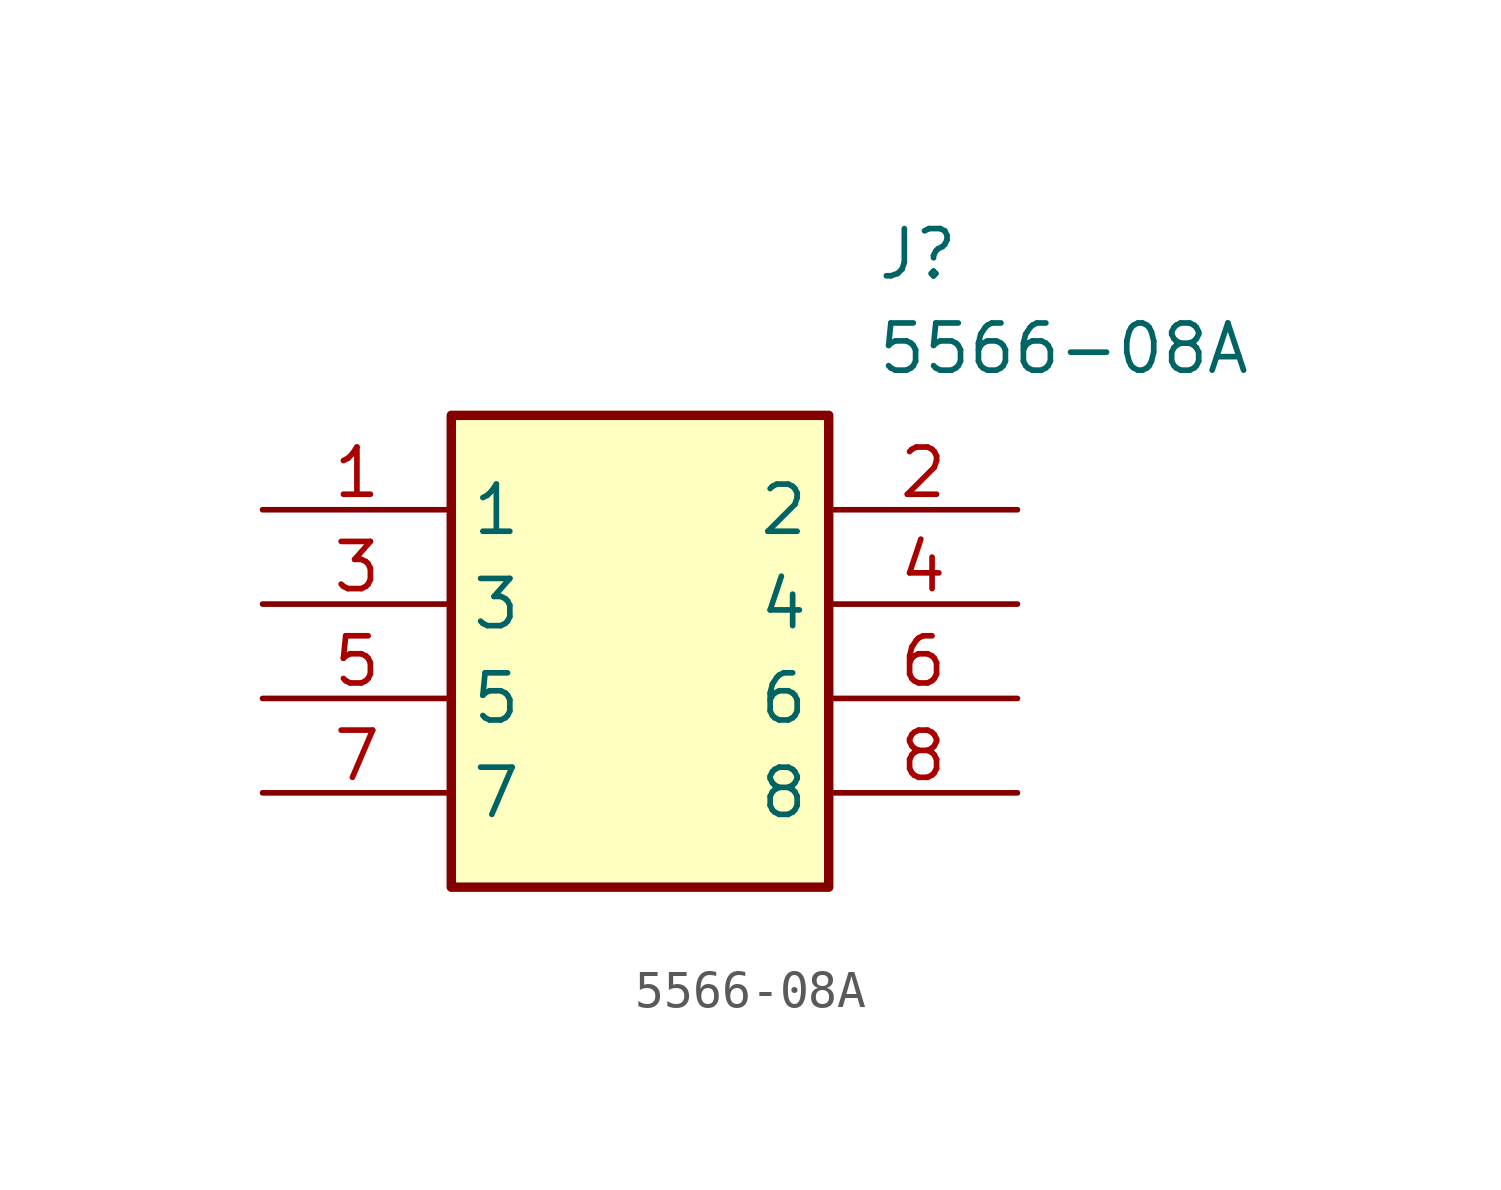
<source format=kicad_sym>
(kicad_symbol_lib
  (version 20211014)
  (generator SamacSys_ECAD_Model)
  (symbol "5566-08A"
    (property "Reference" "J"
      (at 16.51 7.62 0)
      (effects (font (size 1.27 1.27)) (justify left top)))
    (property "Value" "5566-08A"
      (at 16.51 5.08 0)
      (effects (font (size 1.27 1.27)) (justify left top)))
    (rectangle
      (start 5.08 2.54)
      (end 15.24 -10.16)
      (stroke (width 0.254) (type default))
      (fill (type background)))
    (pin passive line
      (at 0 0 0)
      (length 5.08)
      (name "1" (effects (font (size 1.27 1.27))))
      (number "1" (effects (font (size 1.27 1.27)))))
    (pin passive line
      (at 0 -2.54 0)
      (length 5.08)
      (name "3" (effects (font (size 1.27 1.27))))
      (number "3" (effects (font (size 1.27 1.27)))))
    (pin passive line
      (at 0 -5.08 0)
      (length 5.08)
      (name "5" (effects (font (size 1.27 1.27))))
      (number "5" (effects (font (size 1.27 1.27)))))
    (pin passive line
      (at 0 -7.62 0)
      (length 5.08)
      (name "7" (effects (font (size 1.27 1.27))))
      (number "7" (effects (font (size 1.27 1.27)))))
    (pin passive line
      (at 20.32 0 180)
      (length 5.08)
      (name "2" (effects (font (size 1.27 1.27))))
      (number "2" (effects (font (size 1.27 1.27)))))
    (pin passive line
      (at 20.32 -2.54 180)
      (length 5.08)
      (name "4" (effects (font (size 1.27 1.27))))
      (number "4" (effects (font (size 1.27 1.27)))))
    (pin passive line
      (at 20.32 -5.08 180)
      (length 5.08)
      (name "6" (effects (font (size 1.27 1.27))))
      (number "6" (effects (font (size 1.27 1.27)))))
    (pin passive line
      (at 20.32 -7.62 180)
      (length 5.08)
      (name "8" (effects (font (size 1.27 1.27))))
      (number "8" (effects (font (size 1.27 1.27)))))))
</source>
